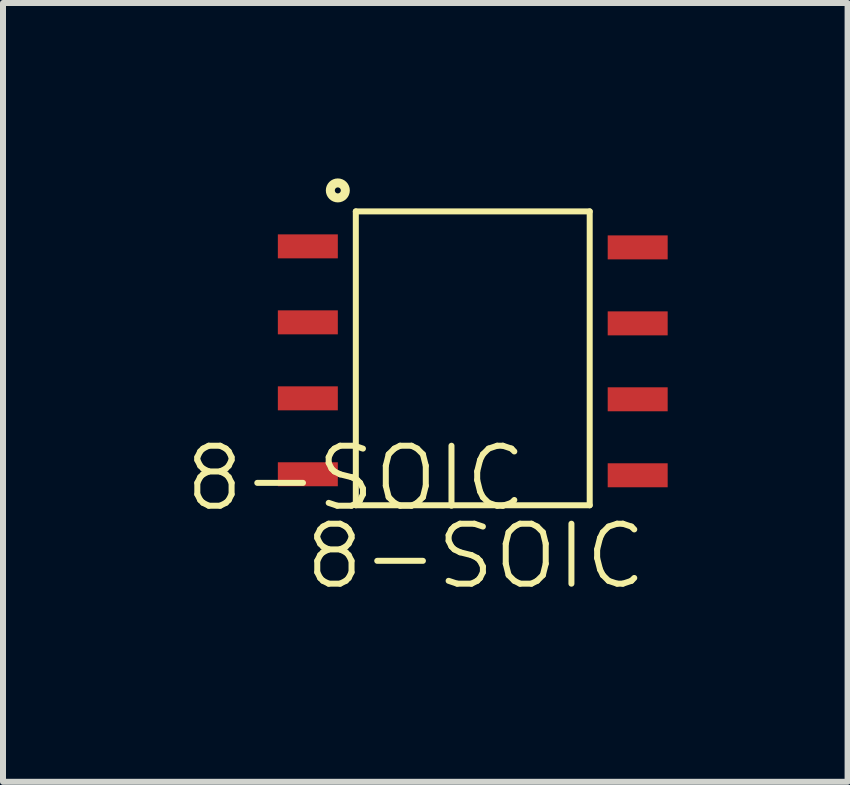
<source format=kicad_pcb>
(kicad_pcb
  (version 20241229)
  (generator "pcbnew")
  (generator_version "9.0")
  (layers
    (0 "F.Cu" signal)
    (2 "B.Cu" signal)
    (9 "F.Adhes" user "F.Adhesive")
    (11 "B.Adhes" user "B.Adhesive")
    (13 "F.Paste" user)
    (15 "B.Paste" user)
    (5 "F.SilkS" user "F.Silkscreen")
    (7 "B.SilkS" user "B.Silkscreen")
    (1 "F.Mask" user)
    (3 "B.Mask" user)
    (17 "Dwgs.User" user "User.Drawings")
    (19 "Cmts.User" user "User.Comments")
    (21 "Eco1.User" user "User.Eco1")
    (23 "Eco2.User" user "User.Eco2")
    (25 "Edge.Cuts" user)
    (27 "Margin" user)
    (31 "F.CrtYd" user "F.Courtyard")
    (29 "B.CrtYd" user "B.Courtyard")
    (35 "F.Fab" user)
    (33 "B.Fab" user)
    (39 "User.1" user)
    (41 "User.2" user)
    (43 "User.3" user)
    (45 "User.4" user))
  (footprint "8-SOIC"
    (layer "F.Cu")
    (at 2.883 5.425)
    (property "Reference" "8-SOIC" (at 0 -0.5 0) (unlocked yes) (layer "F.SilkS") (effects (font (size 1 1) (thickness 0.1))))
    (attr smd)
    (fp_line (start 0 -4.95) (end 0 -0.05) (stroke (width 0.1) (type default)) (layer "F.SilkS"))
    (fp_line (start 0 -0.05) (end 3.9 -0.05) (stroke (width 0.1) (type default)) (layer "F.SilkS"))
    (fp_line (start 3.9 -4.95) (end 0 -4.95) (stroke (width 0.1) (type default)) (layer "F.SilkS"))
    (fp_line (start 3.9 -0.05) (end 3.9 -4.95) (stroke (width 0.1) (type default)) (layer "F.SilkS"))
    (fp_circle (center -0.3 -5.3) (end -0.25 -5.3) (stroke (width 0.15) (type solid)) (fill no) (layer "F.SilkS"))
    (fp_text user "${REFERENCE}" (at 2 0.8 0) (unlocked yes) (layer "F.SilkS") (effects (font (size 1 1) (thickness 0.1))))
    (pad "1" smd rect (at -0.8 -4.367 270) (size 0.4 1) (layers "F.Cu" "F.Mask" "F.Paste"))
    (pad "2" smd rect (at -0.8 -3.1 270) (size 0.4 1) (layers "F.Cu" "F.Mask" "F.Paste"))
    (pad "3" smd rect (at -0.8 -1.833 270) (size 0.4 1) (layers "F.Cu" "F.Mask" "F.Paste"))
    (pad "4" smd rect (at -0.8 -0.567 270) (size 0.4 1) (layers "F.Cu" "F.Mask" "F.Paste"))
    (pad "5" smd rect (at 4.7 -0.55 90) (size 0.4 1) (layers "F.Cu" "F.Mask" "F.Paste"))
    (pad "6" smd rect (at 4.7 -1.817 90) (size 0.4 1) (layers "F.Cu" "F.Mask" "F.Paste"))
    (pad "7" smd rect (at 4.7 -3.083 90) (size 0.4 1) (layers "F.Cu" "F.Mask" "F.Paste"))
    (pad "8" smd rect (at 4.7 -4.35 90) (size 0.4 1) (layers "F.Cu" "F.Mask" "F.Paste")))
  (gr_rect
    (start -3 -3)
    (end 11.083 9.986)
    (stroke (width 0.1) (type default))
    (fill no)
    (layer "Edge.Cuts")))
</source>
